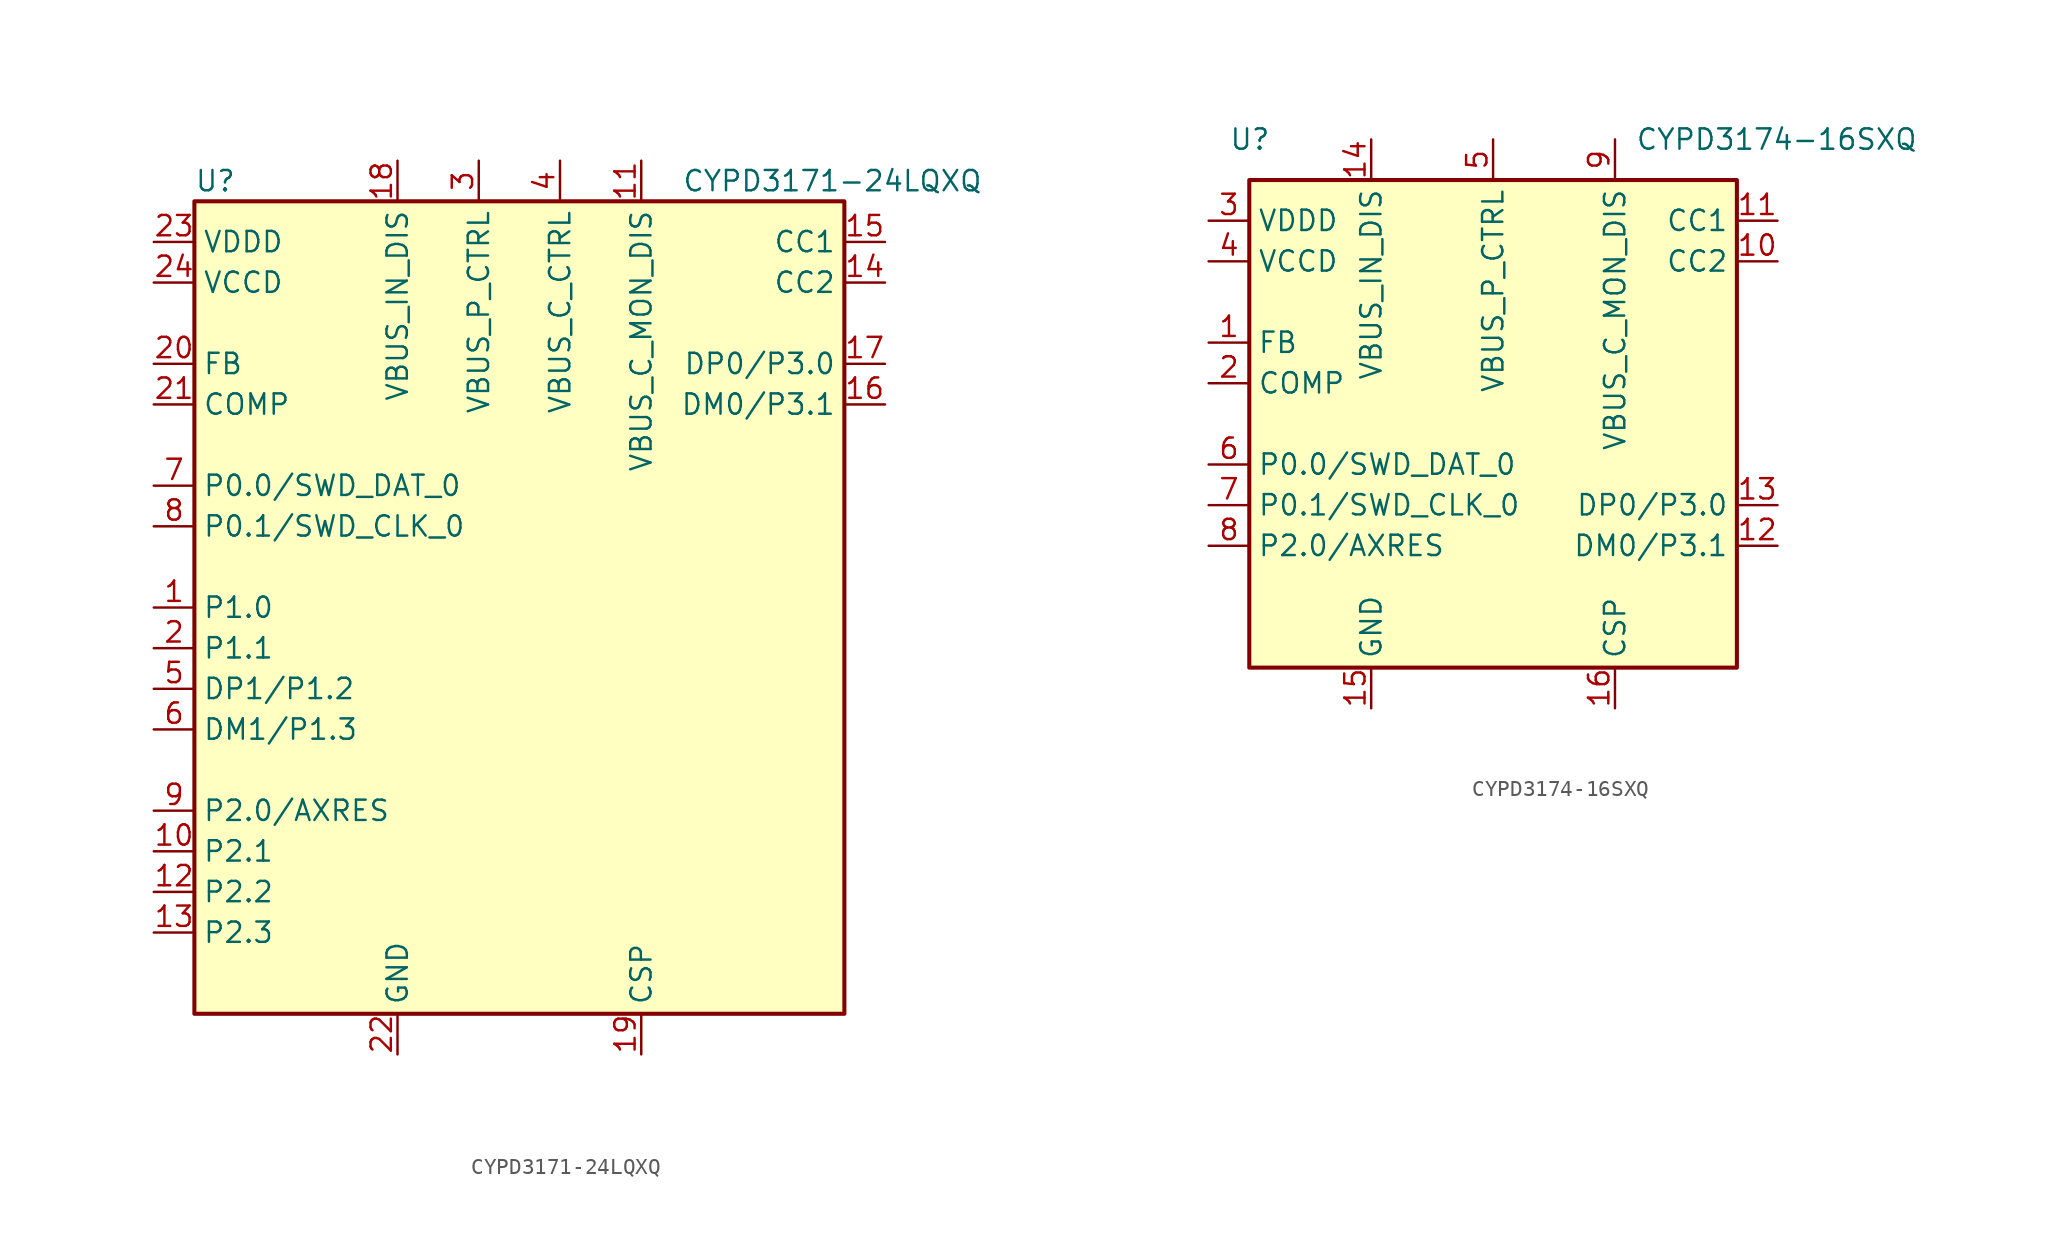
<source format=kicad_sym>
(kicad_symbol_lib
  (version 20231120)
  (generator "kicad_symbol_editor")
  (generator_version "8.0")
  (symbol "CYPD3171-24LQXQ"
    (property "Reference" "U"
      (at -20.32 26.67 0)
      (effects (font (size 1.27 1.27)) (justify left)))
    (property "Value" "CYPD3171-24LQXQ"
      (at 10.16 26.67 0)
      (effects (font (size 1.27 1.27)) (justify left)))
    (symbol "CYPD3171-24LQXQ_1_1"
      (rectangle (start -20.32 25.4) (end 20.32 -25.4) (stroke (width 0.254) (type default)) (fill (type background)))
      (pin bidirectional line (at -22.86 0 0) (length 2.54) (name "P1.0" (effects (font (size 1.27 1.27)))) (number "1" (effects (font (size 1.27 1.27)))))
      (pin bidirectional line (at -22.86 -15.24 0) (length 2.54) (name "P2.1" (effects (font (size 1.27 1.27)))) (number "10" (effects (font (size 1.27 1.27)))))
      (pin input line (at 7.62 27.94 270) (length 2.54) (name "VBUS_C_MON_DIS" (effects (font (size 1.27 1.27)))) (number "11" (effects (font (size 1.27 1.27)))))
      (pin bidirectional line (at -22.86 -17.78 0) (length 2.54) (name "P2.2" (effects (font (size 1.27 1.27)))) (number "12" (effects (font (size 1.27 1.27)))))
      (pin bidirectional line (at -22.86 -20.32 0) (length 2.54) (name "P2.3" (effects (font (size 1.27 1.27)))) (number "13" (effects (font (size 1.27 1.27)))))
      (pin bidirectional line (at 22.86 20.32 180) (length 2.54) (name "CC2" (effects (font (size 1.27 1.27)))) (number "14" (effects (font (size 1.27 1.27)))))
      (pin bidirectional line (at 22.86 22.86 180) (length 2.54) (name "CC1" (effects (font (size 1.27 1.27)))) (number "15" (effects (font (size 1.27 1.27)))))
      (pin bidirectional line (at 22.86 12.7 180) (length 2.54) (name "DM0/P3.1" (effects (font (size 1.27 1.27)))) (number "16" (effects (font (size 1.27 1.27)))))
      (pin bidirectional line (at 22.86 15.24 180) (length 2.54) (name "DP0/P3.0" (effects (font (size 1.27 1.27)))) (number "17" (effects (font (size 1.27 1.27)))))
      (pin input line (at -7.62 27.94 270) (length 2.54) (name "VBUS_IN_DIS" (effects (font (size 1.27 1.27)))) (number "18" (effects (font (size 1.27 1.27)))))
      (pin input line (at 7.62 -27.94 90) (length 2.54) (name "CSP" (effects (font (size 1.27 1.27)))) (number "19" (effects (font (size 1.27 1.27)))))
      (pin bidirectional line (at -22.86 -2.54 0) (length 2.54) (name "P1.1" (effects (font (size 1.27 1.27)))) (number "2" (effects (font (size 1.27 1.27)))))
      (pin output line (at -22.86 15.24 0) (length 2.54) (name "FB" (effects (font (size 1.27 1.27)))) (number "20" (effects (font (size 1.27 1.27)))))
      (pin input line (at -22.86 12.7 0) (length 2.54) (name "COMP" (effects (font (size 1.27 1.27)))) (number "21" (effects (font (size 1.27 1.27)))))
      (pin power_in line (at -7.62 -27.94 90) (length 2.54) (name "GND" (effects (font (size 1.27 1.27)))) (number "22" (effects (font (size 1.27 1.27)))))
      (pin power_in line (at -22.86 22.86 0) (length 2.54) (name "VDDD" (effects (font (size 1.27 1.27)))) (number "23" (effects (font (size 1.27 1.27)))))
      (pin power_out line (at -22.86 20.32 0) (length 2.54) (name "VCCD" (effects (font (size 1.27 1.27)))) (number "24" (effects (font (size 1.27 1.27)))))
      (pin passive line (at -7.62 -27.94 90) (length 2.54) hide (name "GND" (effects (font (size 1.27 1.27)))) (number "25" (effects (font (size 1.27 1.27)))))
      (pin output line (at -2.54 27.94 270) (length 2.54) (name "VBUS_P_CTRL" (effects (font (size 1.27 1.27)))) (number "3" (effects (font (size 1.27 1.27)))))
      (pin output line (at 2.54 27.94 270) (length 2.54) (name "VBUS_C_CTRL" (effects (font (size 1.27 1.27)))) (number "4" (effects (font (size 1.27 1.27)))))
      (pin bidirectional line (at -22.86 -5.08 0) (length 2.54) (name "DP1/P1.2" (effects (font (size 1.27 1.27)))) (number "5" (effects (font (size 1.27 1.27)))))
      (pin bidirectional line (at -22.86 -7.62 0) (length 2.54) (name "DM1/P1.3" (effects (font (size 1.27 1.27)))) (number "6" (effects (font (size 1.27 1.27)))))
      (pin bidirectional line (at -22.86 7.62 0) (length 2.54) (name "P0.0/SWD_DAT_0" (effects (font (size 1.27 1.27)))) (number "7" (effects (font (size 1.27 1.27)))))
      (pin bidirectional line (at -22.86 5.08 0) (length 2.54) (name "P0.1/SWD_CLK_0" (effects (font (size 1.27 1.27)))) (number "8" (effects (font (size 1.27 1.27)))))
      (pin bidirectional line (at -22.86 -12.7 0) (length 2.54) (name "P2.0/AXRES" (effects (font (size 1.27 1.27)))) (number "9" (effects (font (size 1.27 1.27)))))))
  (symbol "CYPD3174-16SXQ"
    (property "Reference" "U"
      (at -16.51 17.78 0)
      (effects (font (size 1.27 1.27)) (justify left)))
    (property "Value" "CYPD3174-16SXQ"
      (at 8.89 17.78 0)
      (effects (font (size 1.27 1.27)) (justify left)))
    (symbol "CYPD3174-16SXQ_1_1"
      (rectangle (start -15.24 15.24) (end 15.24 -15.24) (stroke (width 0.254) (type default)) (fill (type background)))
      (pin output line (at -17.78 5.08 0) (length 2.54) (name "FB" (effects (font (size 1.27 1.27)))) (number "1" (effects (font (size 1.27 1.27)))))
      (pin bidirectional line (at 17.78 10.16 180) (length 2.54) (name "CC2" (effects (font (size 1.27 1.27)))) (number "10" (effects (font (size 1.27 1.27)))))
      (pin bidirectional line (at 17.78 12.7 180) (length 2.54) (name "CC1" (effects (font (size 1.27 1.27)))) (number "11" (effects (font (size 1.27 1.27)))))
      (pin bidirectional line (at 17.78 -7.62 180) (length 2.54) (name "DM0/P3.1" (effects (font (size 1.27 1.27)))) (number "12" (effects (font (size 1.27 1.27)))))
      (pin bidirectional line (at 17.78 -5.08 180) (length 2.54) (name "DP0/P3.0" (effects (font (size 1.27 1.27)))) (number "13" (effects (font (size 1.27 1.27)))))
      (pin input line (at -7.62 17.78 270) (length 2.54) (name "VBUS_IN_DIS" (effects (font (size 1.27 1.27)))) (number "14" (effects (font (size 1.27 1.27)))))
      (pin power_in line (at -7.62 -17.78 90) (length 2.54) (name "GND" (effects (font (size 1.27 1.27)))) (number "15" (effects (font (size 1.27 1.27)))))
      (pin input line (at 7.62 -17.78 90) (length 2.54) (name "CSP" (effects (font (size 1.27 1.27)))) (number "16" (effects (font (size 1.27 1.27)))))
      (pin input line (at -17.78 2.54 0) (length 2.54) (name "COMP" (effects (font (size 1.27 1.27)))) (number "2" (effects (font (size 1.27 1.27)))))
      (pin power_in line (at -17.78 12.7 0) (length 2.54) (name "VDDD" (effects (font (size 1.27 1.27)))) (number "3" (effects (font (size 1.27 1.27)))))
      (pin power_out line (at -17.78 10.16 0) (length 2.54) (name "VCCD" (effects (font (size 1.27 1.27)))) (number "4" (effects (font (size 1.27 1.27)))))
      (pin output line (at 0 17.78 270) (length 2.54) (name "VBUS_P_CTRL" (effects (font (size 1.27 1.27)))) (number "5" (effects (font (size 1.27 1.27)))))
      (pin bidirectional line (at -17.78 -2.54 0) (length 2.54) (name "P0.0/SWD_DAT_0" (effects (font (size 1.27 1.27)))) (number "6" (effects (font (size 1.27 1.27)))))
      (pin bidirectional line (at -17.78 -5.08 0) (length 2.54) (name "P0.1/SWD_CLK_0" (effects (font (size 1.27 1.27)))) (number "7" (effects (font (size 1.27 1.27)))))
      (pin bidirectional line (at -17.78 -7.62 0) (length 2.54) (name "P2.0/AXRES" (effects (font (size 1.27 1.27)))) (number "8" (effects (font (size 1.27 1.27)))))
      (pin input line (at 7.62 17.78 270) (length 2.54) (name "VBUS_C_MON_DIS" (effects (font (size 1.27 1.27)))) (number "9" (effects (font (size 1.27 1.27))))))))
</source>
